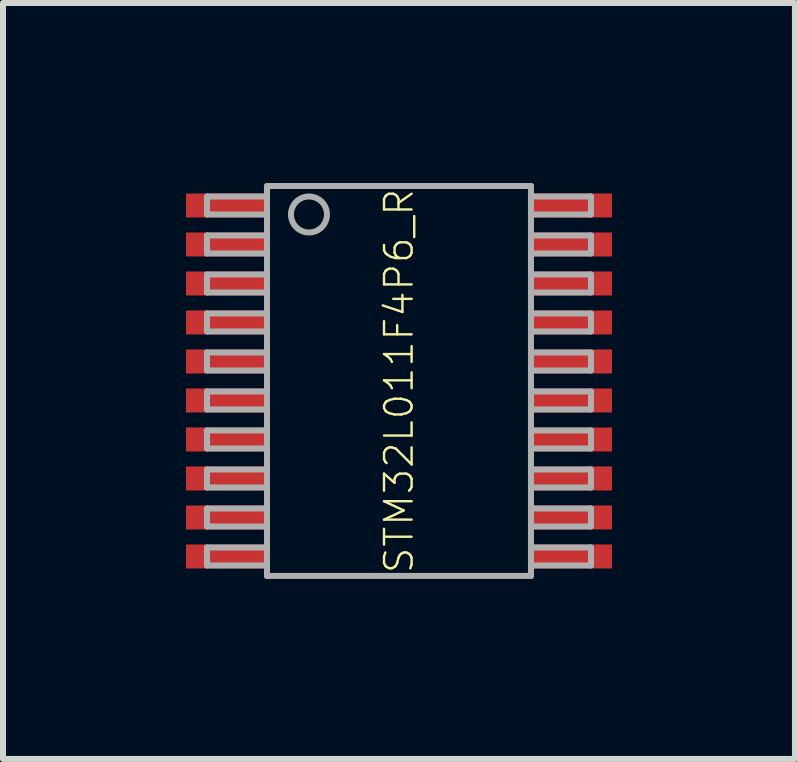
<source format=kicad_pcb>
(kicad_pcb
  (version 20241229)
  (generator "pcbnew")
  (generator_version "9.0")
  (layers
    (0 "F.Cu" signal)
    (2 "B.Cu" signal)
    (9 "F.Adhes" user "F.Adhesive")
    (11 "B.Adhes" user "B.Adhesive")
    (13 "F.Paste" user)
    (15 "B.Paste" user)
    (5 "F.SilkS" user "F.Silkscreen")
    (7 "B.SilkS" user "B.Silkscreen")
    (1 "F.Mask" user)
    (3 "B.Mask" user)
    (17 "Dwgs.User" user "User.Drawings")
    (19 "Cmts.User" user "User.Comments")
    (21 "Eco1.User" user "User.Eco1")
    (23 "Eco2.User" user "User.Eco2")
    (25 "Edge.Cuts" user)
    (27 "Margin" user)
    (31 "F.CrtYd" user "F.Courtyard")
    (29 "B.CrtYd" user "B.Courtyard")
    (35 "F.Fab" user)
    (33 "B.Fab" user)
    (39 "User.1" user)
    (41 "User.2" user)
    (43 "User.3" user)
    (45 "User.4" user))
  (footprint "STM32L011F4P6_R"
    (layer "F.Cu")
    (at 3.6 3.3)
    (property "Reference" "STM32L011F4P6_R" (at 0 0 90) (unlocked yes) (layer "F.SilkS") (effects (font (size 0.46 0.46) (thickness 0.04))))
    (fp_poly (pts (xy -3.6 -2.675) (xy -2.15 -2.675) (xy -2.15 -3.175) (xy -3.6 -3.175)) (stroke (width 0) (type default)) (fill yes) (layer "F.Mask"))
    (fp_poly (pts (xy -3.6 -2.025) (xy -2.15 -2.025) (xy -2.15 -2.525) (xy -3.6 -2.525)) (stroke (width 0) (type default)) (fill yes) (layer "F.Mask"))
    (fp_poly (pts (xy -3.6 -1.375) (xy -2.15 -1.375) (xy -2.15 -1.875) (xy -3.6 -1.875)) (stroke (width 0) (type default)) (fill yes) (layer "F.Mask"))
    (fp_poly (pts (xy -3.6 -0.725) (xy -2.15 -0.725) (xy -2.15 -1.225) (xy -3.6 -1.225)) (stroke (width 0) (type default)) (fill yes) (layer "F.Mask"))
    (fp_poly (pts (xy -3.6 -0.075) (xy -2.15 -0.075) (xy -2.15 -0.575) (xy -3.6 -0.575)) (stroke (width 0) (type default)) (fill yes) (layer "F.Mask"))
    (fp_poly (pts (xy -3.6 0.575) (xy -2.15 0.575) (xy -2.15 0.075) (xy -3.6 0.075)) (stroke (width 0) (type default)) (fill yes) (layer "F.Mask"))
    (fp_poly (pts (xy -3.6 1.225) (xy -2.15 1.225) (xy -2.15 0.725) (xy -3.6 0.725)) (stroke (width 0) (type default)) (fill yes) (layer "F.Mask"))
    (fp_poly (pts (xy -3.6 1.875) (xy -2.15 1.875) (xy -2.15 1.375) (xy -3.6 1.375)) (stroke (width 0) (type default)) (fill yes) (layer "F.Mask"))
    (fp_poly (pts (xy -3.6 2.525) (xy -2.15 2.525) (xy -2.15 2.025) (xy -3.6 2.025)) (stroke (width 0) (type default)) (fill yes) (layer "F.Mask"))
    (fp_poly (pts (xy -3.6 3.175) (xy -2.15 3.175) (xy -2.15 2.675) (xy -3.6 2.675)) (stroke (width 0) (type default)) (fill yes) (layer "F.Mask"))
    (fp_poly (pts (xy 3.6 -3.175) (xy 2.15 -3.175) (xy 2.15 -2.675) (xy 3.6 -2.675)) (stroke (width 0) (type default)) (fill yes) (layer "F.Mask"))
    (fp_poly (pts (xy 3.6 -2.525) (xy 2.15 -2.525) (xy 2.15 -2.025) (xy 3.6 -2.025)) (stroke (width 0) (type default)) (fill yes) (layer "F.Mask"))
    (fp_poly (pts (xy 3.6 -1.875) (xy 2.15 -1.875) (xy 2.15 -1.375) (xy 3.6 -1.375)) (stroke (width 0) (type default)) (fill yes) (layer "F.Mask"))
    (fp_poly (pts (xy 3.6 -1.225) (xy 2.15 -1.225) (xy 2.15 -0.725) (xy 3.6 -0.725)) (stroke (width 0) (type default)) (fill yes) (layer "F.Mask"))
    (fp_poly (pts (xy 3.6 -0.575) (xy 2.15 -0.575) (xy 2.15 -0.075) (xy 3.6 -0.075)) (stroke (width 0) (type default)) (fill yes) (layer "F.Mask"))
    (fp_poly (pts (xy 3.6 0.075) (xy 2.15 0.075) (xy 2.15 0.575) (xy 3.6 0.575)) (stroke (width 0) (type default)) (fill yes) (layer "F.Mask"))
    (fp_poly (pts (xy 3.6 0.725) (xy 2.15 0.725) (xy 2.15 1.225) (xy 3.6 1.225)) (stroke (width 0) (type default)) (fill yes) (layer "F.Mask"))
    (fp_poly (pts (xy 3.6 1.375) (xy 2.15 1.375) (xy 2.15 1.875) (xy 3.6 1.875)) (stroke (width 0) (type default)) (fill yes) (layer "F.Mask"))
    (fp_poly (pts (xy 3.6 2.025) (xy 2.15 2.025) (xy 2.15 2.525) (xy 3.6 2.525)) (stroke (width 0) (type default)) (fill yes) (layer "F.Mask"))
    (fp_poly (pts (xy 3.6 2.675) (xy 2.15 2.675) (xy 2.15 3.175) (xy 3.6 3.175)) (stroke (width 0) (type default)) (fill yes) (layer "F.Mask"))
    (fp_line (start -3.2 -3.075) (end -3.2 -2.775) (stroke (width 0.1) (type solid)) (layer "F.Fab"))
    (fp_line (start -3.2 -2.775) (end -2.2 -2.775) (stroke (width 0.1) (type solid)) (layer "F.Fab"))
    (fp_line (start -3.2 -2.425) (end -3.2 -2.125) (stroke (width 0.1) (type solid)) (layer "F.Fab"))
    (fp_line (start -3.2 -2.125) (end -2.2 -2.125) (stroke (width 0.1) (type solid)) (layer "F.Fab"))
    (fp_line (start -3.2 -1.775) (end -3.2 -1.475) (stroke (width 0.1) (type solid)) (layer "F.Fab"))
    (fp_line (start -3.2 -1.475) (end -2.2 -1.475) (stroke (width 0.1) (type solid)) (layer "F.Fab"))
    (fp_line (start -3.2 -1.125) (end -3.2 -0.825) (stroke (width 0.1) (type solid)) (layer "F.Fab"))
    (fp_line (start -3.2 -0.825) (end -2.2 -0.825) (stroke (width 0.1) (type solid)) (layer "F.Fab"))
    (fp_line (start -3.2 -0.475) (end -3.2 -0.175) (stroke (width 0.1) (type solid)) (layer "F.Fab"))
    (fp_line (start -3.2 -0.175) (end -2.2 -0.175) (stroke (width 0.1) (type solid)) (layer "F.Fab"))
    (fp_line (start -3.2 0.175) (end -3.2 0.475) (stroke (width 0.1) (type solid)) (layer "F.Fab"))
    (fp_line (start -3.2 0.475) (end -2.2 0.475) (stroke (width 0.1) (type solid)) (layer "F.Fab"))
    (fp_line (start -3.2 0.825) (end -3.2 1.125) (stroke (width 0.1) (type solid)) (layer "F.Fab"))
    (fp_line (start -3.2 1.125) (end -2.2 1.125) (stroke (width 0.1) (type solid)) (layer "F.Fab"))
    (fp_line (start -3.2 1.475) (end -3.2 1.775) (stroke (width 0.1) (type solid)) (layer "F.Fab"))
    (fp_line (start -3.2 1.775) (end -2.2 1.775) (stroke (width 0.1) (type solid)) (layer "F.Fab"))
    (fp_line (start -3.2 2.125) (end -3.2 2.425) (stroke (width 0.1) (type solid)) (layer "F.Fab"))
    (fp_line (start -3.2 2.425) (end -2.2 2.425) (stroke (width 0.1) (type solid)) (layer "F.Fab"))
    (fp_line (start -3.2 2.775) (end -3.2 3.075) (stroke (width 0.1) (type solid)) (layer "F.Fab"))
    (fp_line (start -3.2 3.075) (end -2.2 3.075) (stroke (width 0.1) (type solid)) (layer "F.Fab"))
    (fp_line (start -2.2 -3.25) (end -2.2 -3.075) (stroke (width 0.1) (type solid)) (layer "F.Fab"))
    (fp_line (start -2.2 -3.075) (end -3.2 -3.075) (stroke (width 0.1) (type solid)) (layer "F.Fab"))
    (fp_line (start -2.2 -3.075) (end -2.2 -2.775) (stroke (width 0.1) (type solid)) (layer "F.Fab"))
    (fp_line (start -2.2 -2.775) (end -2.2 -2.425) (stroke (width 0.1) (type solid)) (layer "F.Fab"))
    (fp_line (start -2.2 -2.425) (end -3.2 -2.425) (stroke (width 0.1) (type solid)) (layer "F.Fab"))
    (fp_line (start -2.2 -2.425) (end -2.2 -2.125) (stroke (width 0.1) (type solid)) (layer "F.Fab"))
    (fp_line (start -2.2 -2.125) (end -2.2 -1.775) (stroke (width 0.1) (type solid)) (layer "F.Fab"))
    (fp_line (start -2.2 -1.775) (end -3.2 -1.775) (stroke (width 0.1) (type solid)) (layer "F.Fab"))
    (fp_line (start -2.2 -1.775) (end -2.2 -1.475) (stroke (width 0.1) (type solid)) (layer "F.Fab"))
    (fp_line (start -2.2 -1.475) (end -2.2 -1.125) (stroke (width 0.1) (type solid)) (layer "F.Fab"))
    (fp_line (start -2.2 -1.125) (end -3.2 -1.125) (stroke (width 0.1) (type solid)) (layer "F.Fab"))
    (fp_line (start -2.2 -1.125) (end -2.2 -0.825) (stroke (width 0.1) (type solid)) (layer "F.Fab"))
    (fp_line (start -2.2 -0.825) (end -2.2 -0.475) (stroke (width 0.1) (type solid)) (layer "F.Fab"))
    (fp_line (start -2.2 -0.475) (end -3.2 -0.475) (stroke (width 0.1) (type solid)) (layer "F.Fab"))
    (fp_line (start -2.2 -0.475) (end -2.2 -0.175) (stroke (width 0.1) (type solid)) (layer "F.Fab"))
    (fp_line (start -2.2 -0.175) (end -2.2 0.175) (stroke (width 0.1) (type solid)) (layer "F.Fab"))
    (fp_line (start -2.2 0.175) (end -3.2 0.175) (stroke (width 0.1) (type solid)) (layer "F.Fab"))
    (fp_line (start -2.2 0.175) (end -2.2 0.475) (stroke (width 0.1) (type solid)) (layer "F.Fab"))
    (fp_line (start -2.2 0.475) (end -2.2 0.825) (stroke (width 0.1) (type solid)) (layer "F.Fab"))
    (fp_line (start -2.2 0.825) (end -3.2 0.825) (stroke (width 0.1) (type solid)) (layer "F.Fab"))
    (fp_line (start -2.2 0.825) (end -2.2 1.125) (stroke (width 0.1) (type solid)) (layer "F.Fab"))
    (fp_line (start -2.2 1.125) (end -2.2 3.25) (stroke (width 0.1) (type solid)) (layer "F.Fab"))
    (fp_line (start -2.2 1.475) (end -3.2 1.475) (stroke (width 0.1) (type solid)) (layer "F.Fab"))
    (fp_line (start -2.2 2.125) (end -3.2 2.125) (stroke (width 0.1) (type solid)) (layer "F.Fab"))
    (fp_line (start -2.2 2.775) (end -3.2 2.775) (stroke (width 0.1) (type solid)) (layer "F.Fab"))
    (fp_line (start -2.2 3.25) (end 2.2 3.25) (stroke (width 0.1) (type solid)) (layer "F.Fab"))
    (fp_line (start 2.2 -3.25) (end -2.2 -3.25) (stroke (width 0.1) (type solid)) (layer "F.Fab"))
    (fp_line (start 2.2 -3.075) (end 2.2 -3.25) (stroke (width 0.1) (type solid)) (layer "F.Fab"))
    (fp_line (start 2.2 -3.075) (end 3.2 -3.075) (stroke (width 0.1) (type solid)) (layer "F.Fab"))
    (fp_line (start 2.2 -2.775) (end 2.2 -3.075) (stroke (width 0.1) (type solid)) (layer "F.Fab"))
    (fp_line (start 2.2 -2.425) (end 2.2 -2.775) (stroke (width 0.1) (type solid)) (layer "F.Fab"))
    (fp_line (start 2.2 -2.425) (end 3.2 -2.425) (stroke (width 0.1) (type solid)) (layer "F.Fab"))
    (fp_line (start 2.2 -2.125) (end 2.2 -2.425) (stroke (width 0.1) (type solid)) (layer "F.Fab"))
    (fp_line (start 2.2 -1.775) (end 2.2 -2.125) (stroke (width 0.1) (type solid)) (layer "F.Fab"))
    (fp_line (start 2.2 -1.775) (end 3.2 -1.775) (stroke (width 0.1) (type solid)) (layer "F.Fab"))
    (fp_line (start 2.2 -1.475) (end 2.2 -1.775) (stroke (width 0.1) (type solid)) (layer "F.Fab"))
    (fp_line (start 2.2 -1.125) (end 2.2 -1.475) (stroke (width 0.1) (type solid)) (layer "F.Fab"))
    (fp_line (start 2.2 -1.125) (end 3.2 -1.125) (stroke (width 0.1) (type solid)) (layer "F.Fab"))
    (fp_line (start 2.2 -0.825) (end 2.2 -1.125) (stroke (width 0.1) (type solid)) (layer "F.Fab"))
    (fp_line (start 2.2 -0.475) (end 2.2 -0.825) (stroke (width 0.1) (type solid)) (layer "F.Fab"))
    (fp_line (start 2.2 -0.475) (end 3.2 -0.475) (stroke (width 0.1) (type solid)) (layer "F.Fab"))
    (fp_line (start 2.2 -0.175) (end 2.2 -0.475) (stroke (width 0.1) (type solid)) (layer "F.Fab"))
    (fp_line (start 2.2 0.175) (end 2.2 -0.175) (stroke (width 0.1) (type solid)) (layer "F.Fab"))
    (fp_line (start 2.2 0.175) (end 3.2 0.175) (stroke (width 0.1) (type solid)) (layer "F.Fab"))
    (fp_line (start 2.2 0.475) (end 2.2 0.175) (stroke (width 0.1) (type solid)) (layer "F.Fab"))
    (fp_line (start 2.2 0.825) (end 2.2 0.475) (stroke (width 0.1) (type solid)) (layer "F.Fab"))
    (fp_line (start 2.2 0.825) (end 3.2 0.825) (stroke (width 0.1) (type solid)) (layer "F.Fab"))
    (fp_line (start 2.2 1.125) (end 2.2 0.825) (stroke (width 0.1) (type solid)) (layer "F.Fab"))
    (fp_line (start 2.2 1.775) (end 3.2 1.775) (stroke (width 0.1) (type solid)) (layer "F.Fab"))
    (fp_line (start 2.2 2.425) (end 3.2 2.425) (stroke (width 0.1) (type solid)) (layer "F.Fab"))
    (fp_line (start 2.2 3.075) (end 3.2 3.075) (stroke (width 0.1) (type solid)) (layer "F.Fab"))
    (fp_line (start 2.2 3.25) (end 2.2 1.125) (stroke (width 0.1) (type solid)) (layer "F.Fab"))
    (fp_line (start 3.2 -3.075) (end 3.2 -2.775) (stroke (width 0.1) (type solid)) (layer "F.Fab"))
    (fp_line (start 3.2 -2.775) (end 2.2 -2.775) (stroke (width 0.1) (type solid)) (layer "F.Fab"))
    (fp_line (start 3.2 -2.425) (end 3.2 -2.125) (stroke (width 0.1) (type solid)) (layer "F.Fab"))
    (fp_line (start 3.2 -2.125) (end 2.2 -2.125) (stroke (width 0.1) (type solid)) (layer "F.Fab"))
    (fp_line (start 3.2 -1.775) (end 3.2 -1.475) (stroke (width 0.1) (type solid)) (layer "F.Fab"))
    (fp_line (start 3.2 -1.475) (end 2.2 -1.475) (stroke (width 0.1) (type solid)) (layer "F.Fab"))
    (fp_line (start 3.2 -1.125) (end 3.2 -0.825) (stroke (width 0.1) (type solid)) (layer "F.Fab"))
    (fp_line (start 3.2 -0.825) (end 2.2 -0.825) (stroke (width 0.1) (type solid)) (layer "F.Fab"))
    (fp_line (start 3.2 -0.475) (end 3.2 -0.175) (stroke (width 0.1) (type solid)) (layer "F.Fab"))
    (fp_line (start 3.2 -0.175) (end 2.2 -0.175) (stroke (width 0.1) (type solid)) (layer "F.Fab"))
    (fp_line (start 3.2 0.175) (end 3.2 0.475) (stroke (width 0.1) (type solid)) (layer "F.Fab"))
    (fp_line (start 3.2 0.475) (end 2.2 0.475) (stroke (width 0.1) (type solid)) (layer "F.Fab"))
    (fp_line (start 3.2 0.825) (end 3.2 1.125) (stroke (width 0.1) (type solid)) (layer "F.Fab"))
    (fp_line (start 3.2 1.125) (end 2.2 1.125) (stroke (width 0.1) (type solid)) (layer "F.Fab"))
    (fp_line (start 3.2 1.475) (end 2.2 1.475) (stroke (width 0.1) (type solid)) (layer "F.Fab"))
    (fp_line (start 3.2 1.775) (end 3.2 1.475) (stroke (width 0.1) (type solid)) (layer "F.Fab"))
    (fp_line (start 3.2 2.125) (end 2.2 2.125) (stroke (width 0.1) (type solid)) (layer "F.Fab"))
    (fp_line (start 3.2 2.425) (end 3.2 2.125) (stroke (width 0.1) (type solid)) (layer "F.Fab"))
    (fp_line (start 3.2 2.775) (end 2.2 2.775) (stroke (width 0.1) (type solid)) (layer "F.Fab"))
    (fp_line (start 3.2 3.075) (end 3.2 2.775) (stroke (width 0.1) (type solid)) (layer "F.Fab"))
    (fp_circle (center -1.5 -2.775) (end -1.2 -2.775) (stroke (width 0.1) (type solid)) (fill no) (layer "F.Fab"))
    (pad "1" smd rect (at -2.875 -2.925) (size 1.35 0.4) (layers "F.Cu" "F.Paste"))
    (pad "2" smd rect (at -2.875 -2.275) (size 1.35 0.4) (layers "F.Cu" "F.Paste"))
    (pad "3" smd rect (at -2.875 -1.625) (size 1.35 0.4) (layers "F.Cu" "F.Paste"))
    (pad "4" smd rect (at -2.875 -0.975) (size 1.35 0.4) (layers "F.Cu" "F.Paste"))
    (pad "5" smd rect (at -2.875 -0.325) (size 1.35 0.4) (layers "F.Cu" "F.Paste"))
    (pad "6" smd rect (at -2.875 0.325) (size 1.35 0.4) (layers "F.Cu" "F.Paste"))
    (pad "7" smd rect (at -2.875 0.975) (size 1.35 0.4) (layers "F.Cu" "F.Paste"))
    (pad "8" smd rect (at -2.875 1.625) (size 1.35 0.4) (layers "F.Cu" "F.Paste"))
    (pad "9" smd rect (at -2.875 2.275) (size 1.35 0.4) (layers "F.Cu" "F.Paste"))
    (pad "10" smd rect (at -2.875 2.925) (size 1.35 0.4) (layers "F.Cu" "F.Paste"))
    (pad "11" smd rect (at 2.875 2.925 180) (size 1.35 0.4) (layers "F.Cu" "F.Paste"))
    (pad "12" smd rect (at 2.875 2.275 180) (size 1.35 0.4) (layers "F.Cu" "F.Paste"))
    (pad "13" smd rect (at 2.875 1.625 180) (size 1.35 0.4) (layers "F.Cu" "F.Paste"))
    (pad "14" smd rect (at 2.875 0.975) (size 1.35 0.4) (layers "F.Cu" "F.Paste"))
    (pad "15" smd rect (at 2.875 0.325) (size 1.35 0.4) (layers "F.Cu" "F.Paste"))
    (pad "16" smd rect (at 2.875 -0.325) (size 1.35 0.4) (layers "F.Cu" "F.Paste"))
    (pad "17" smd rect (at 2.875 -0.975) (size 1.35 0.4) (layers "F.Cu" "F.Paste"))
    (pad "18" smd rect (at 2.875 -1.625) (size 1.35 0.4) (layers "F.Cu" "F.Paste"))
    (pad "19" smd rect (at 2.875 -2.275) (size 1.35 0.4) (layers "F.Cu" "F.Paste"))
    (pad "20" smd rect (at 2.875 -2.925) (size 1.35 0.4) (layers "F.Cu" "F.Paste")))
  (gr_rect
    (start -3 -3)
    (end 10.2 9.6)
    (stroke (width 0.1) (type default))
    (fill no)
    (layer "Edge.Cuts")))
</source>
